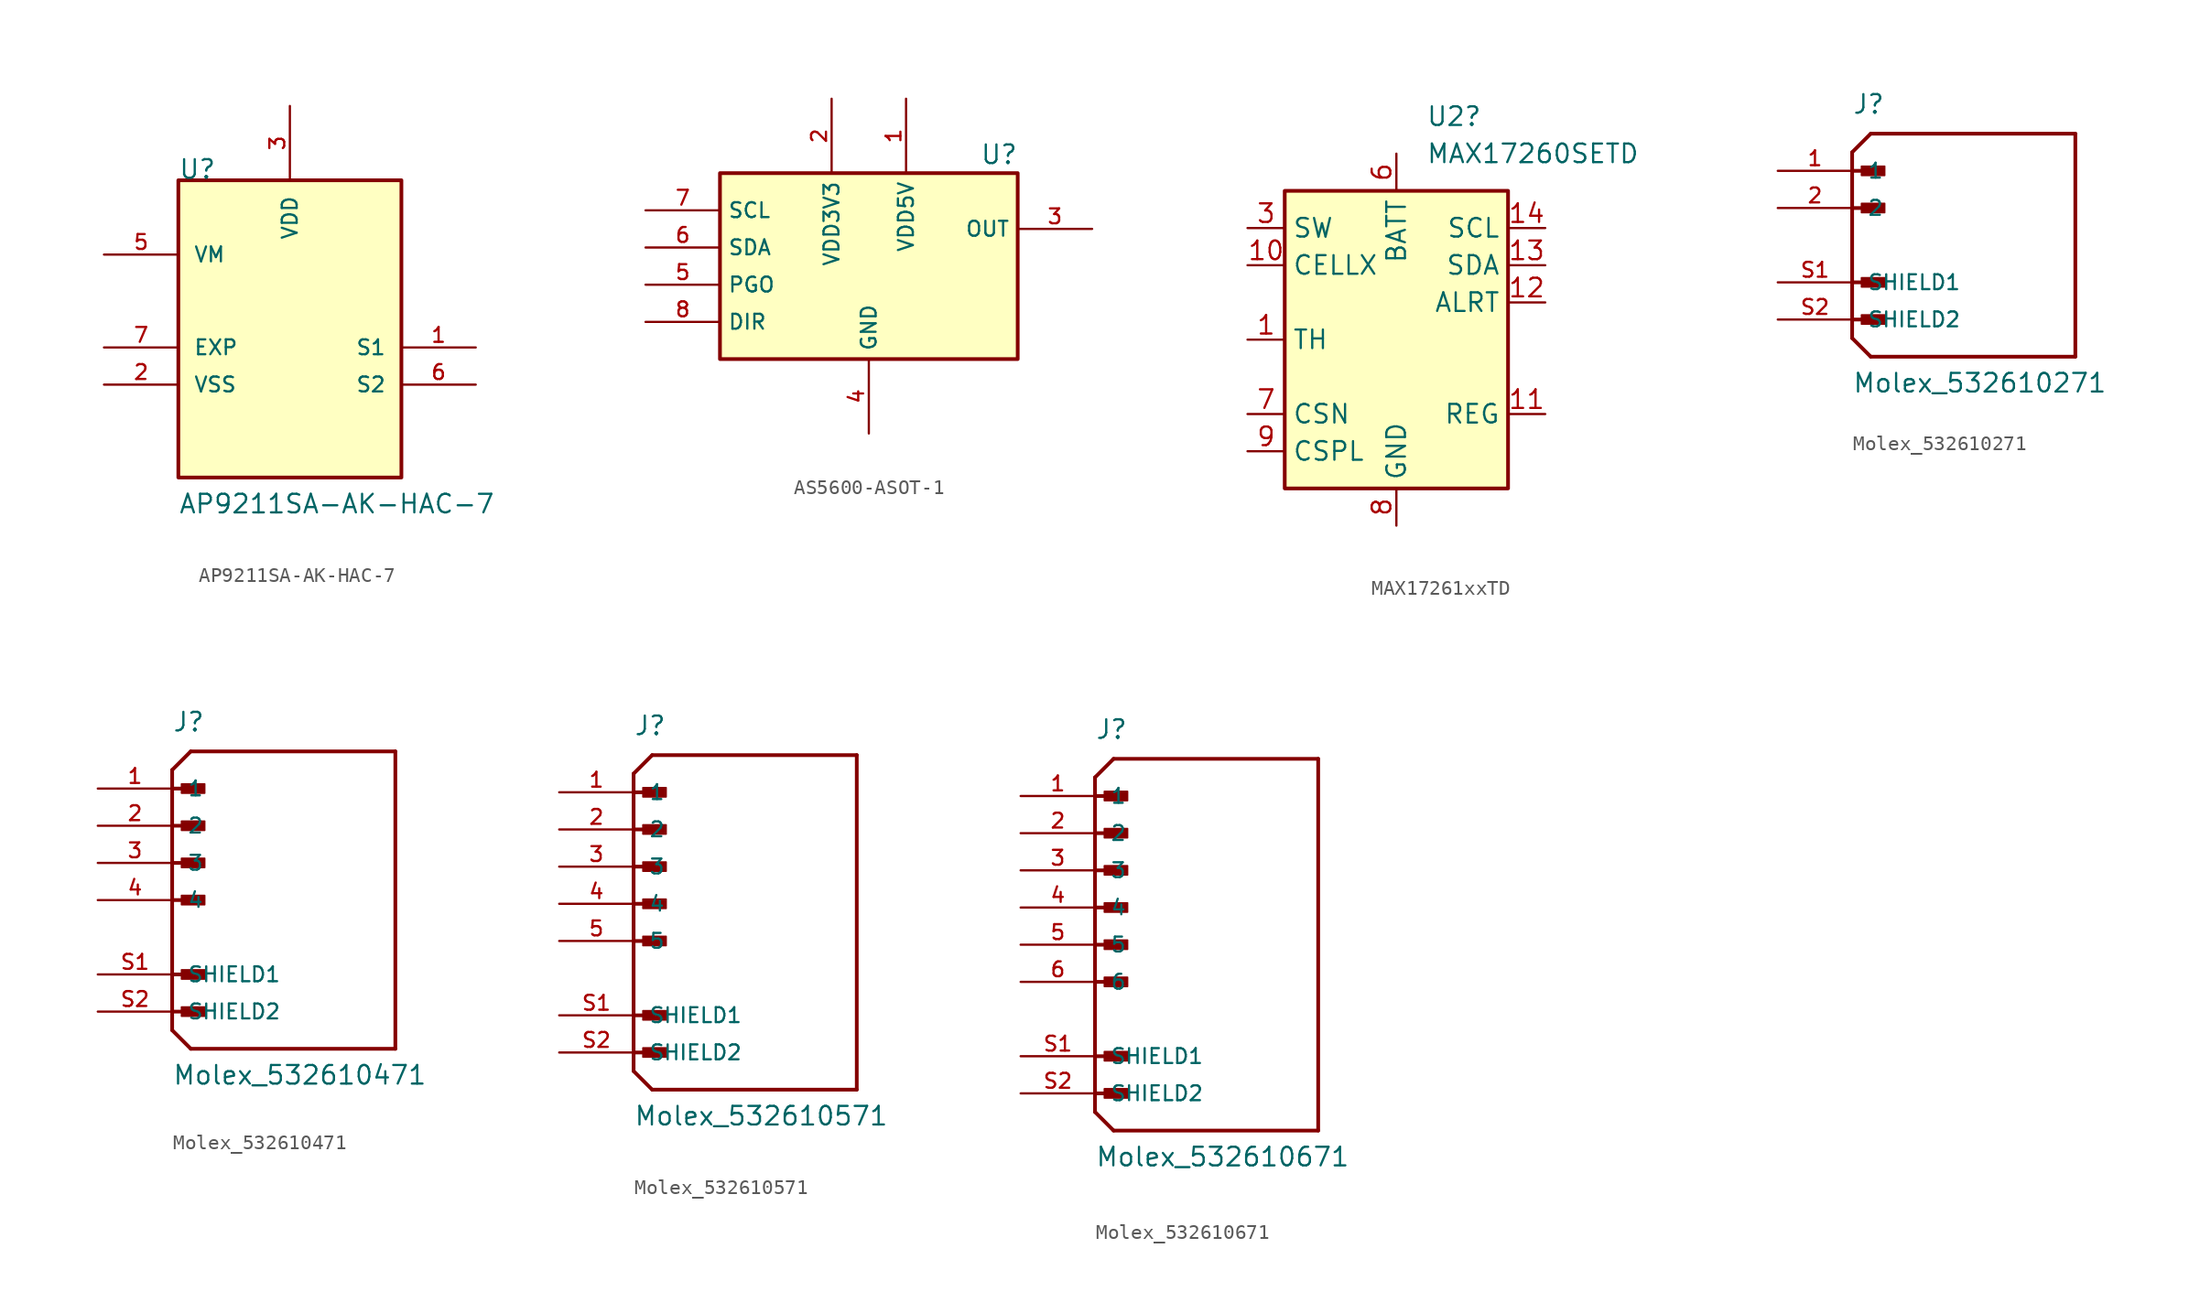
<source format=kicad_sym>
(kicad_symbol_lib
  (version 20220914)
  (generator kicad_symbol_editor)
  (symbol "AP9211SA-AK-HAC-7"
    (pin_names
      (offset 1.016))
    (property "Reference" "U"
      (at -7.628 10.17 0)
      (effects (font (size 1.27 1.27)) (justify left bottom)))
    (property "Value" "AP9211SA-AK-HAC-7"
      (at -7.624 -12.706 0)
      (effects (font (size 1.27 1.27)) (justify left bottom)))
    (symbol "AP9211SA-AK-HAC-7_0_0"
      (rectangle (start -7.62 10.16) (end 7.62 -10.16) (stroke (width 0.254) (type default)) (fill (type background)))
      (pin output line (at 12.7 -1.27 180) (length 5.08) (name "S1" (effects (font (size 1.016 1.016)))) (number "1" (effects (font (size 1.016 1.016)))))
      (pin power_in line (at -12.7 -3.81 0) (length 5.08) (name "VSS" (effects (font (size 1.016 1.016)))) (number "2" (effects (font (size 1.016 1.016)))))
      (pin power_in line (at 0 15.24 270) (length 5.08) (name "VDD" (effects (font (size 1.016 1.016)))) (number "3" (effects (font (size 1.016 1.016)))))
      (pin input line (at -12.7 5.08 0) (length 5.08) (name "VM" (effects (font (size 1.016 1.016)))) (number "5" (effects (font (size 1.016 1.016)))))
      (pin output line (at 12.7 -3.81 180) (length 5.08) (name "S2" (effects (font (size 1.016 1.016)))) (number "6" (effects (font (size 1.016 1.016)))))
      (pin power_in line (at -12.7 -1.27 0) (length 5.08) (name "EXP" (effects (font (size 1.016 1.016)))) (number "7" (effects (font (size 1.016 1.016)))))))
  (symbol "AS5600-ASOT-1"
    (property "Reference" "U"
      (at 8.89 7.62 0)
      (effects (font (size 1.27 1.27))))
    (property "Value" ""
      (at -1.27 6.35 0)
      (effects (font (size 1.27 1.27))))
    (symbol "AS5600-ASOT-1_0_0"
      (rectangle (start -10.16 6.35) (end 10.16 -6.35) (stroke (width 0.254) (type default)) (fill (type background)))
      (pin bidirectional line (at 2.54 11.43 270) (length 5.08) (name "VDD5V" (effects (font (size 1.016 1.016)))) (number "1" (effects (font (size 1.016 1.016)))))
      (pin bidirectional line (at -2.54 11.43 270) (length 5.08) (name "VDD3V3" (effects (font (size 1.016 1.016)))) (number "2" (effects (font (size 1.016 1.016)))))
      (pin bidirectional line (at 15.24 2.54 180) (length 5.08) (name "OUT" (effects (font (size 1.016 1.016)))) (number "3" (effects (font (size 1.016 1.016)))))
      (pin bidirectional line (at 0 -11.43 90) (length 5.08) (name "GND" (effects (font (size 1.016 1.016)))) (number "4" (effects (font (size 1.016 1.016)))))
      (pin bidirectional line (at -15.24 -1.27 0) (length 5.08) (name "PGO" (effects (font (size 1.016 1.016)))) (number "5" (effects (font (size 1.016 1.016)))))
      (pin bidirectional line (at -15.24 1.27 0) (length 5.08) (name "SDA" (effects (font (size 1.016 1.016)))) (number "6" (effects (font (size 1.016 1.016)))))
      (pin bidirectional line (at -15.24 3.81 0) (length 5.08) (name "SCL" (effects (font (size 1.016 1.016)))) (number "7" (effects (font (size 1.016 1.016)))))
      (pin bidirectional line (at -15.24 -3.81 0) (length 5.08) (name "DIR" (effects (font (size 1.016 1.016)))) (number "8" (effects (font (size 1.016 1.016)))))))
  (symbol "MAX17261xxTD"
    (property "Reference" "U2"
      (at 2.019 15.24 0)
      (effects (font (size 1.27 1.27)) (justify left)))
    (property "Value" "MAX17260SETD"
      (at 2.019 12.7 0)
      (effects (font (size 1.27 1.27)) (justify left)))
    (symbol "MAX17261xxTD_0_1"
      (rectangle (start -7.62 10.16) (end 7.62 -10.16) (stroke (width 0.254) (type default)) (fill (type background))))
    (symbol "MAX17261xxTD_1_1"
      (pin passive line (at -10.16 0 0) (length 2.54) (name "TH" (effects (font (size 1.27 1.27)))) (number "1" (effects (font (size 1.27 1.27)))))
      (pin input line (at -10.16 5.08 0) (length 2.54) (name "CELLX" (effects (font (size 1.27 1.27)))) (number "10" (effects (font (size 1.27 1.27)))))
      (pin power_out line (at 10.16 -5.08 180) (length 2.54) (name "REG" (effects (font (size 1.27 1.27)))) (number "11" (effects (font (size 1.27 1.27)))))
      (pin open_collector line (at 10.16 2.54 180) (length 2.54) (name "ALRT" (effects (font (size 1.27 1.27)))) (number "12" (effects (font (size 1.27 1.27)))))
      (pin bidirectional line (at 10.16 5.08 180) (length 2.54) (name "SDA" (effects (font (size 1.27 1.27)))) (number "13" (effects (font (size 1.27 1.27)))))
      (pin input line (at 10.16 7.62 180) (length 2.54) (name "SCL" (effects (font (size 1.27 1.27)))) (number "14" (effects (font (size 1.27 1.27)))))
      (pin passive line (at 0 -12.7 90) (length 2.54) hide (name "GND" (effects (font (size 1.27 1.27)))) (number "15" (effects (font (size 1.27 1.27)))))
      (pin no_connect line (at 2.54 -10.16 90) (length 2.54) hide (name "NC" (effects (font (size 1.27 1.27)))) (number "2" (effects (font (size 1.27 1.27)))))
      (pin output line (at -10.16 7.62 0) (length 2.54) (name "SW" (effects (font (size 1.27 1.27)))) (number "3" (effects (font (size 1.27 1.27)))))
      (pin no_connect line (at -2.54 -10.16 90) (length 2.54) hide (name "NC" (effects (font (size 1.27 1.27)))) (number "4" (effects (font (size 1.27 1.27)))))
      (pin no_connect line (at 5.08 -10.16 90) (length 2.54) hide (name "NC" (effects (font (size 1.27 1.27)))) (number "5" (effects (font (size 1.27 1.27)))))
      (pin power_in line (at 0 12.7 270) (length 2.54) (name "BATT" (effects (font (size 1.27 1.27)))) (number "6" (effects (font (size 1.27 1.27)))))
      (pin passive line (at -10.16 -5.08 0) (length 2.54) (name "CSN" (effects (font (size 1.27 1.27)))) (number "7" (effects (font (size 1.27 1.27)))))
      (pin power_in line (at 0 -12.7 90) (length 2.54) (name "GND" (effects (font (size 1.27 1.27)))) (number "8" (effects (font (size 1.27 1.27)))))
      (pin passive line (at -10.16 -7.62 0) (length 2.54) (name "CSPL" (effects (font (size 1.27 1.27)))) (number "9" (effects (font (size 1.27 1.27)))))))
  (symbol "Molex_532610271"
    (pin_names
      (offset 1.016))
    (property "Reference" "J"
      (at -7.62 8.89 0)
      (effects (font (size 1.27 1.27)) (justify left bottom)))
    (property "Value" "Molex_532610271"
      (at -7.62 -10.16 0)
      (effects (font (size 1.27 1.27)) (justify left bottom)))
    (symbol "Molex_532610271_0_0"
      (rectangle (start -6.985 -5.397) (end -5.397 -4.763) (stroke (width 0.1) (type default)) (fill (type outline)))
      (rectangle (start -6.985 -2.857) (end -5.397 -2.223) (stroke (width 0.1) (type default)) (fill (type outline)))
      (rectangle (start -6.985 2.223) (end -5.397 2.857) (stroke (width 0.1) (type default)) (fill (type outline)))
      (rectangle (start -6.985 4.763) (end -5.397 5.397) (stroke (width 0.1) (type default)) (fill (type outline)))
      (polyline (pts (xy -7.62 -6.35) (xy -6.35 -7.62)) (stroke (width 0.254) (type default)) (fill (type none)))
      (polyline (pts (xy -7.62 -5.08) (xy -5.715 -5.08)) (stroke (width 0.254) (type default)) (fill (type none)))
      (polyline (pts (xy -7.62 -2.54) (xy -5.715 -2.54)) (stroke (width 0.254) (type default)) (fill (type none)))
      (polyline (pts (xy -7.62 2.54) (xy -5.715 2.54)) (stroke (width 0.254) (type default)) (fill (type none)))
      (polyline (pts (xy -7.62 5.08) (xy -5.715 5.08)) (stroke (width 0.254) (type default)) (fill (type none)))
      (polyline (pts (xy -7.62 6.35) (xy -7.62 -6.35)) (stroke (width 0.254) (type default)) (fill (type none)))
      (polyline (pts (xy -7.62 6.35) (xy -6.35 7.62)) (stroke (width 0.254) (type default)) (fill (type none)))
      (polyline (pts (xy -6.35 -7.62) (xy 7.62 -7.62)) (stroke (width 0.254) (type default)) (fill (type none)))
      (polyline (pts (xy 7.62 -7.62) (xy 7.62 7.62)) (stroke (width 0.254) (type default)) (fill (type none)))
      (polyline (pts (xy 7.62 7.62) (xy -6.35 7.62)) (stroke (width 0.254) (type default)) (fill (type none)))
      (pin passive line (at -12.7 5.08 0) (length 5.08) (name "1" (effects (font (size 1.016 1.016)))) (number "1" (effects (font (size 1.016 1.016)))))
      (pin passive line (at -12.7 2.54 0) (length 5.08) (name "2" (effects (font (size 1.016 1.016)))) (number "2" (effects (font (size 1.016 1.016)))))
      (pin passive line (at -12.7 -2.54 0) (length 5.08) (name "SHIELD1" (effects (font (size 1.016 1.016)))) (number "S1" (effects (font (size 1.016 1.016)))))
      (pin passive line (at -12.7 -5.08 0) (length 5.08) (name "SHIELD2" (effects (font (size 1.016 1.016)))) (number "S2" (effects (font (size 1.016 1.016)))))))
  (symbol "Molex_532610471"
    (pin_names
      (offset 1.016))
    (property "Reference" "J"
      (at -7.62 11.43 0)
      (effects (font (size 1.27 1.27)) (justify left bottom)))
    (property "Value" "Molex_532610471"
      (at -7.62 -12.7 0)
      (effects (font (size 1.27 1.27)) (justify left bottom)))
    (symbol "Molex_532610471_0_0"
      (rectangle (start -6.985 -7.938) (end -5.397 -7.303) (stroke (width 0.1) (type default)) (fill (type outline)))
      (rectangle (start -6.985 -5.397) (end -5.397 -4.763) (stroke (width 0.1) (type default)) (fill (type outline)))
      (rectangle (start -6.985 -0.318) (end -5.397 0.318) (stroke (width 0.1) (type default)) (fill (type outline)))
      (rectangle (start -6.985 2.223) (end -5.397 2.857) (stroke (width 0.1) (type default)) (fill (type outline)))
      (rectangle (start -6.985 4.763) (end -5.397 5.397) (stroke (width 0.1) (type default)) (fill (type outline)))
      (rectangle (start -6.985 7.303) (end -5.397 7.938) (stroke (width 0.1) (type default)) (fill (type outline)))
      (polyline (pts (xy -7.62 -8.89) (xy -6.35 -10.16)) (stroke (width 0.254) (type default)) (fill (type none)))
      (polyline (pts (xy -7.62 -7.62) (xy -5.715 -7.62)) (stroke (width 0.254) (type default)) (fill (type none)))
      (polyline (pts (xy -7.62 -5.08) (xy -5.715 -5.08)) (stroke (width 0.254) (type default)) (fill (type none)))
      (polyline (pts (xy -7.62 0) (xy -5.715 0)) (stroke (width 0.254) (type default)) (fill (type none)))
      (polyline (pts (xy -7.62 2.54) (xy -5.715 2.54)) (stroke (width 0.254) (type default)) (fill (type none)))
      (polyline (pts (xy -7.62 5.08) (xy -5.715 5.08)) (stroke (width 0.254) (type default)) (fill (type none)))
      (polyline (pts (xy -7.62 7.62) (xy -5.715 7.62)) (stroke (width 0.254) (type default)) (fill (type none)))
      (polyline (pts (xy -7.62 8.89) (xy -7.62 -8.89)) (stroke (width 0.254) (type default)) (fill (type none)))
      (polyline (pts (xy -7.62 8.89) (xy -6.35 10.16)) (stroke (width 0.254) (type default)) (fill (type none)))
      (polyline (pts (xy -6.35 -10.16) (xy 7.62 -10.16)) (stroke (width 0.254) (type default)) (fill (type none)))
      (polyline (pts (xy 7.62 -10.16) (xy 7.62 10.16)) (stroke (width 0.254) (type default)) (fill (type none)))
      (polyline (pts (xy 7.62 10.16) (xy -6.35 10.16)) (stroke (width 0.254) (type default)) (fill (type none)))
      (pin passive line (at -12.7 7.62 0) (length 5.08) (name "1" (effects (font (size 1.016 1.016)))) (number "1" (effects (font (size 1.016 1.016)))))
      (pin passive line (at -12.7 5.08 0) (length 5.08) (name "2" (effects (font (size 1.016 1.016)))) (number "2" (effects (font (size 1.016 1.016)))))
      (pin passive line (at -12.7 2.54 0) (length 5.08) (name "3" (effects (font (size 1.016 1.016)))) (number "3" (effects (font (size 1.016 1.016)))))
      (pin passive line (at -12.7 0 0) (length 5.08) (name "4" (effects (font (size 1.016 1.016)))) (number "4" (effects (font (size 1.016 1.016)))))
      (pin passive line (at -12.7 -5.08 0) (length 5.08) (name "SHIELD1" (effects (font (size 1.016 1.016)))) (number "S1" (effects (font (size 1.016 1.016)))))
      (pin passive line (at -12.7 -7.62 0) (length 5.08) (name "SHIELD2" (effects (font (size 1.016 1.016)))) (number "S2" (effects (font (size 1.016 1.016)))))))
  (symbol "Molex_532610571"
    (pin_names
      (offset 1.016))
    (property "Reference" "J"
      (at -7.62 11.43 0)
      (effects (font (size 1.27 1.27)) (justify left bottom)))
    (property "Value" "Molex_532610571"
      (at -7.62 -15.24 0)
      (effects (font (size 1.27 1.27)) (justify left bottom)))
    (symbol "Molex_532610571_0_0"
      (rectangle (start -6.985 -10.477) (end -5.397 -9.842) (stroke (width 0.1) (type default)) (fill (type outline)))
      (rectangle (start -6.985 -7.938) (end -5.397 -7.303) (stroke (width 0.1) (type default)) (fill (type outline)))
      (rectangle (start -6.985 -2.857) (end -5.397 -2.223) (stroke (width 0.1) (type default)) (fill (type outline)))
      (rectangle (start -6.985 -0.318) (end -5.397 0.318) (stroke (width 0.1) (type default)) (fill (type outline)))
      (rectangle (start -6.985 2.223) (end -5.397 2.857) (stroke (width 0.1) (type default)) (fill (type outline)))
      (rectangle (start -6.985 4.763) (end -5.397 5.397) (stroke (width 0.1) (type default)) (fill (type outline)))
      (rectangle (start -6.985 7.303) (end -5.397 7.938) (stroke (width 0.1) (type default)) (fill (type outline)))
      (polyline (pts (xy -7.62 -11.43) (xy -6.35 -12.7)) (stroke (width 0.254) (type default)) (fill (type none)))
      (polyline (pts (xy -7.62 -10.16) (xy -5.715 -10.16)) (stroke (width 0.254) (type default)) (fill (type none)))
      (polyline (pts (xy -7.62 -7.62) (xy -5.715 -7.62)) (stroke (width 0.254) (type default)) (fill (type none)))
      (polyline (pts (xy -7.62 -2.54) (xy -5.715 -2.54)) (stroke (width 0.254) (type default)) (fill (type none)))
      (polyline (pts (xy -7.62 0) (xy -5.715 0)) (stroke (width 0.254) (type default)) (fill (type none)))
      (polyline (pts (xy -7.62 2.54) (xy -5.715 2.54)) (stroke (width 0.254) (type default)) (fill (type none)))
      (polyline (pts (xy -7.62 5.08) (xy -5.715 5.08)) (stroke (width 0.254) (type default)) (fill (type none)))
      (polyline (pts (xy -7.62 7.62) (xy -5.715 7.62)) (stroke (width 0.254) (type default)) (fill (type none)))
      (polyline (pts (xy -7.62 8.89) (xy -7.62 -11.43)) (stroke (width 0.254) (type default)) (fill (type none)))
      (polyline (pts (xy -7.62 8.89) (xy -6.35 10.16)) (stroke (width 0.254) (type default)) (fill (type none)))
      (polyline (pts (xy -6.35 -12.7) (xy 7.62 -12.7)) (stroke (width 0.254) (type default)) (fill (type none)))
      (polyline (pts (xy 7.62 -12.7) (xy 7.62 10.16)) (stroke (width 0.254) (type default)) (fill (type none)))
      (polyline (pts (xy 7.62 10.16) (xy -6.35 10.16)) (stroke (width 0.254) (type default)) (fill (type none)))
      (pin passive line (at -12.7 7.62 0) (length 5.08) (name "1" (effects (font (size 1.016 1.016)))) (number "1" (effects (font (size 1.016 1.016)))))
      (pin passive line (at -12.7 5.08 0) (length 5.08) (name "2" (effects (font (size 1.016 1.016)))) (number "2" (effects (font (size 1.016 1.016)))))
      (pin passive line (at -12.7 2.54 0) (length 5.08) (name "3" (effects (font (size 1.016 1.016)))) (number "3" (effects (font (size 1.016 1.016)))))
      (pin passive line (at -12.7 0 0) (length 5.08) (name "4" (effects (font (size 1.016 1.016)))) (number "4" (effects (font (size 1.016 1.016)))))
      (pin passive line (at -12.7 -2.54 0) (length 5.08) (name "5" (effects (font (size 1.016 1.016)))) (number "5" (effects (font (size 1.016 1.016)))))
      (pin passive line (at -12.7 -7.62 0) (length 5.08) (name "SHIELD1" (effects (font (size 1.016 1.016)))) (number "S1" (effects (font (size 1.016 1.016)))))
      (pin passive line (at -12.7 -10.16 0) (length 5.08) (name "SHIELD2" (effects (font (size 1.016 1.016)))) (number "S2" (effects (font (size 1.016 1.016)))))))
  (symbol "Molex_532610671"
    (pin_names
      (offset 1.016))
    (property "Reference" "J"
      (at -7.62 13.97 0)
      (effects (font (size 1.27 1.27)) (justify left bottom)))
    (property "Value" "Molex_532610671"
      (at -7.62 -15.24 0)
      (effects (font (size 1.27 1.27)) (justify left bottom)))
    (symbol "Molex_532610671_0_0"
      (rectangle (start -6.985 -10.477) (end -5.397 -9.842) (stroke (width 0.1) (type default)) (fill (type outline)))
      (rectangle (start -6.985 -7.938) (end -5.397 -7.303) (stroke (width 0.1) (type default)) (fill (type outline)))
      (rectangle (start -6.985 -2.857) (end -5.397 -2.223) (stroke (width 0.1) (type default)) (fill (type outline)))
      (rectangle (start -6.985 -0.318) (end -5.397 0.318) (stroke (width 0.1) (type default)) (fill (type outline)))
      (rectangle (start -6.985 2.223) (end -5.397 2.857) (stroke (width 0.1) (type default)) (fill (type outline)))
      (rectangle (start -6.985 4.763) (end -5.397 5.397) (stroke (width 0.1) (type default)) (fill (type outline)))
      (rectangle (start -6.985 7.303) (end -5.397 7.938) (stroke (width 0.1) (type default)) (fill (type outline)))
      (rectangle (start -6.985 9.842) (end -5.397 10.477) (stroke (width 0.1) (type default)) (fill (type outline)))
      (polyline (pts (xy -7.62 -11.43) (xy -6.35 -12.7)) (stroke (width 0.254) (type default)) (fill (type none)))
      (polyline (pts (xy -7.62 -10.16) (xy -5.715 -10.16)) (stroke (width 0.254) (type default)) (fill (type none)))
      (polyline (pts (xy -7.62 -7.62) (xy -5.715 -7.62)) (stroke (width 0.254) (type default)) (fill (type none)))
      (polyline (pts (xy -7.62 -2.54) (xy -5.715 -2.54)) (stroke (width 0.254) (type default)) (fill (type none)))
      (polyline (pts (xy -7.62 0) (xy -5.715 0)) (stroke (width 0.254) (type default)) (fill (type none)))
      (polyline (pts (xy -7.62 2.54) (xy -5.715 2.54)) (stroke (width 0.254) (type default)) (fill (type none)))
      (polyline (pts (xy -7.62 5.08) (xy -5.715 5.08)) (stroke (width 0.254) (type default)) (fill (type none)))
      (polyline (pts (xy -7.62 7.62) (xy -5.715 7.62)) (stroke (width 0.254) (type default)) (fill (type none)))
      (polyline (pts (xy -7.62 10.16) (xy -5.715 10.16)) (stroke (width 0.254) (type default)) (fill (type none)))
      (polyline (pts (xy -7.62 11.43) (xy -7.62 -11.43)) (stroke (width 0.254) (type default)) (fill (type none)))
      (polyline (pts (xy -7.62 11.43) (xy -6.35 12.7)) (stroke (width 0.254) (type default)) (fill (type none)))
      (polyline (pts (xy -6.35 -12.7) (xy 7.62 -12.7)) (stroke (width 0.254) (type default)) (fill (type none)))
      (polyline (pts (xy 7.62 -12.7) (xy 7.62 12.7)) (stroke (width 0.254) (type default)) (fill (type none)))
      (polyline (pts (xy 7.62 12.7) (xy -6.35 12.7)) (stroke (width 0.254) (type default)) (fill (type none)))
      (pin passive line (at -12.7 10.16 0) (length 5.08) (name "1" (effects (font (size 1.016 1.016)))) (number "1" (effects (font (size 1.016 1.016)))))
      (pin passive line (at -12.7 7.62 0) (length 5.08) (name "2" (effects (font (size 1.016 1.016)))) (number "2" (effects (font (size 1.016 1.016)))))
      (pin passive line (at -12.7 5.08 0) (length 5.08) (name "3" (effects (font (size 1.016 1.016)))) (number "3" (effects (font (size 1.016 1.016)))))
      (pin passive line (at -12.7 2.54 0) (length 5.08) (name "4" (effects (font (size 1.016 1.016)))) (number "4" (effects (font (size 1.016 1.016)))))
      (pin passive line (at -12.7 0 0) (length 5.08) (name "5" (effects (font (size 1.016 1.016)))) (number "5" (effects (font (size 1.016 1.016)))))
      (pin passive line (at -12.7 -2.54 0) (length 5.08) (name "6" (effects (font (size 1.016 1.016)))) (number "6" (effects (font (size 1.016 1.016)))))
      (pin passive line (at -12.7 -7.62 0) (length 5.08) (name "SHIELD1" (effects (font (size 1.016 1.016)))) (number "S1" (effects (font (size 1.016 1.016)))))
      (pin passive line (at -12.7 -10.16 0) (length 5.08) (name "SHIELD2" (effects (font (size 1.016 1.016)))) (number "S2" (effects (font (size 1.016 1.016))))))))
</source>
